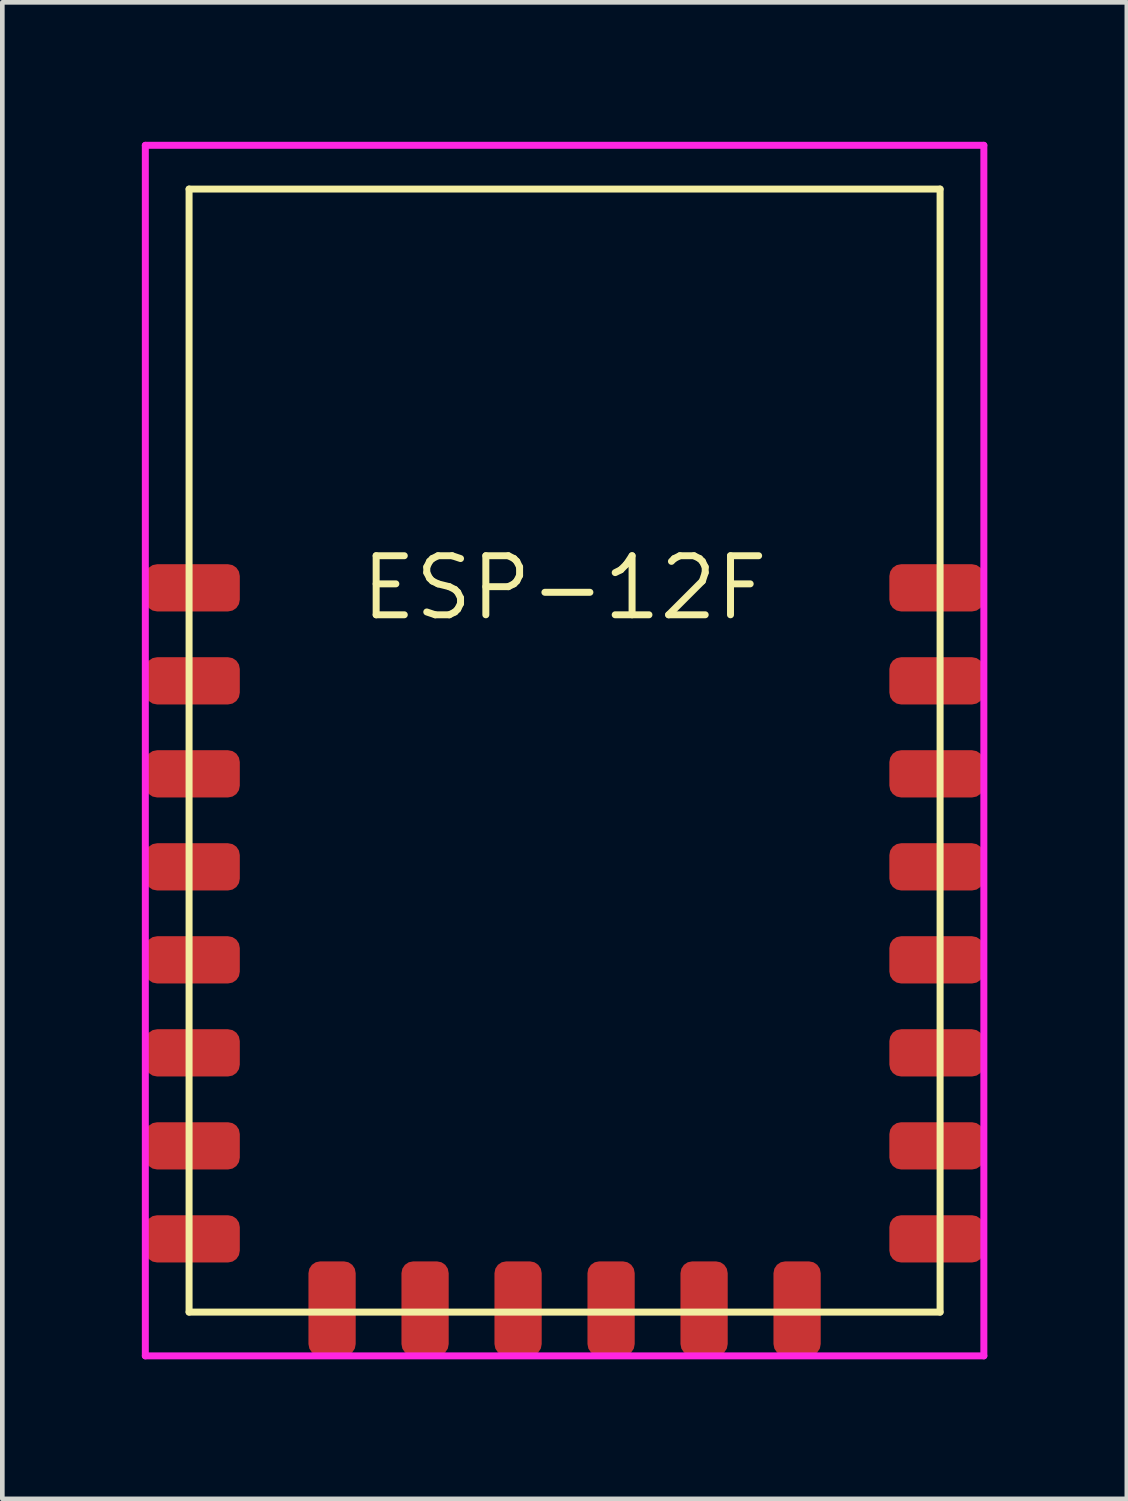
<source format=kicad_pcb>
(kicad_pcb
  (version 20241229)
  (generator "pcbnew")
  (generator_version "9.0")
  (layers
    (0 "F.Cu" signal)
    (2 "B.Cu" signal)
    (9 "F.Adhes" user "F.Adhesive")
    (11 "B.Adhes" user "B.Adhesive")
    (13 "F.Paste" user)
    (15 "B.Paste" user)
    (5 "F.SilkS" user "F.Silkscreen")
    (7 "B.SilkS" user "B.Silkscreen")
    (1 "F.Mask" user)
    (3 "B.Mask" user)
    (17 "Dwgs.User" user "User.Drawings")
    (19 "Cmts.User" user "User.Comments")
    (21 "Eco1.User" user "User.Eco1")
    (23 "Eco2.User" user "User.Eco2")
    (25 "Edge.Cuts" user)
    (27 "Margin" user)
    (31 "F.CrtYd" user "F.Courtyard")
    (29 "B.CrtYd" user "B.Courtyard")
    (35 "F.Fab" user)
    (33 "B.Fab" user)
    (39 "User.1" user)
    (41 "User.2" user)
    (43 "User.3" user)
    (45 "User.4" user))
  (footprint "ESP-12F"
    (layer "F.Cu")
    (at 9.091 9.591)
    (property "Reference" "ESP-12F" (at 0 0 0) (layer "F.SilkS") (effects (font (size 1.27 1.27) (thickness 0.15))))
    (attr smd)
    (fp_line (start -8.075 -8.575) (end 8.075 -8.575) (stroke (width 0.15) (type solid)) (layer "F.SilkS"))
    (fp_line (start -8.075 15.575) (end -8.075 -8.575) (stroke (width 0.15) (type solid)) (layer "F.SilkS"))
    (fp_line (start 8.075 -8.575) (end 8.075 15.575) (stroke (width 0.15) (type solid)) (layer "F.SilkS"))
    (fp_line (start 8.075 15.575) (end -8.075 15.575) (stroke (width 0.15) (type solid)) (layer "F.SilkS"))
    (fp_line (start -9.016 -9.516) (end 9.016 -9.516) (stroke (width 0.15) (type solid)) (layer "F.CrtYd"))
    (fp_line (start -9.016 16.516) (end -9.016 -9.516) (stroke (width 0.15) (type solid)) (layer "F.CrtYd"))
    (fp_line (start 9.016 -9.516) (end 9.016 16.516) (stroke (width 0.15) (type solid)) (layer "F.CrtYd"))
    (fp_line (start 9.016 16.516) (end -9.016 16.516) (stroke (width 0.15) (type solid)) (layer "F.CrtYd"))
    (pad "1" smd roundrect (at -8 0 90) (size 1.016 2.032) (layers "F.Cu" "F.Mask" "F.Paste") (roundrect_rratio 0.25))
    (pad "2" smd roundrect (at -8 2 90) (size 1.016 2.032) (layers "F.Cu" "F.Mask" "F.Paste") (roundrect_rratio 0.25))
    (pad "3" smd roundrect (at -8 4 90) (size 1.016 2.032) (layers "F.Cu" "F.Mask" "F.Paste") (roundrect_rratio 0.25))
    (pad "4" smd roundrect (at -8 6 90) (size 1.016 2.032) (layers "F.Cu" "F.Mask" "F.Paste") (roundrect_rratio 0.25))
    (pad "5" smd roundrect (at -8 8 90) (size 1.016 2.032) (layers "F.Cu" "F.Mask" "F.Paste") (roundrect_rratio 0.25))
    (pad "6" smd roundrect (at -8 10 90) (size 1.016 2.032) (layers "F.Cu" "F.Mask" "F.Paste") (roundrect_rratio 0.25))
    (pad "7" smd roundrect (at -8 12 90) (size 1.016 2.032) (layers "F.Cu" "F.Mask" "F.Paste") (roundrect_rratio 0.25))
    (pad "8" smd roundrect (at -8 14 90) (size 1.016 2.032) (layers "F.Cu" "F.Mask" "F.Paste") (roundrect_rratio 0.25))
    (pad "9" smd roundrect (at -5 15.5) (size 1.016 2.032) (layers "F.Cu" "F.Mask" "F.Paste") (roundrect_rratio 0.25))
    (pad "10" smd roundrect (at -3 15.5) (size 1.016 2.032) (layers "F.Cu" "F.Mask" "F.Paste") (roundrect_rratio 0.25))
    (pad "11" smd roundrect (at -1 15.5) (size 1.016 2.032) (layers "F.Cu" "F.Mask" "F.Paste") (roundrect_rratio 0.25))
    (pad "12" smd roundrect (at 1 15.5) (size 1.016 2.032) (layers "F.Cu" "F.Mask" "F.Paste") (roundrect_rratio 0.25))
    (pad "13" smd roundrect (at 3 15.5) (size 1.016 2.032) (layers "F.Cu" "F.Mask" "F.Paste") (roundrect_rratio 0.25))
    (pad "14" smd roundrect (at 5 15.5) (size 1.016 2.032) (layers "F.Cu" "F.Mask" "F.Paste") (roundrect_rratio 0.25))
    (pad "15" smd roundrect (at 8 14 90) (size 1.016 2.032) (layers "F.Cu" "F.Mask" "F.Paste") (roundrect_rratio 0.25))
    (pad "16" smd roundrect (at 8 12 90) (size 1.016 2.032) (layers "F.Cu" "F.Mask" "F.Paste") (roundrect_rratio 0.25))
    (pad "17" smd roundrect (at 8 10 90) (size 1.016 2.032) (layers "F.Cu" "F.Mask" "F.Paste") (roundrect_rratio 0.25))
    (pad "18" smd roundrect (at 8 8 90) (size 1.016 2.032) (layers "F.Cu" "F.Mask" "F.Paste") (roundrect_rratio 0.25))
    (pad "19" smd roundrect (at 8 6 90) (size 1.016 2.032) (layers "F.Cu" "F.Mask" "F.Paste") (roundrect_rratio 0.25))
    (pad "20" smd roundrect (at 8 4 90) (size 1.016 2.032) (layers "F.Cu" "F.Mask" "F.Paste") (roundrect_rratio 0.25))
    (pad "21" smd roundrect (at 8 2 90) (size 1.016 2.032) (layers "F.Cu" "F.Mask" "F.Paste") (roundrect_rratio 0.25))
    (pad "22" smd roundrect (at 8 0 90) (size 1.016 2.032) (layers "F.Cu" "F.Mask" "F.Paste") (roundrect_rratio 0.25)))
  (gr_rect
    (start -3 -3)
    (end 21.182 29.182)
    (stroke (width 0.1) (type default))
    (fill no)
    (layer "Edge.Cuts")))
</source>
